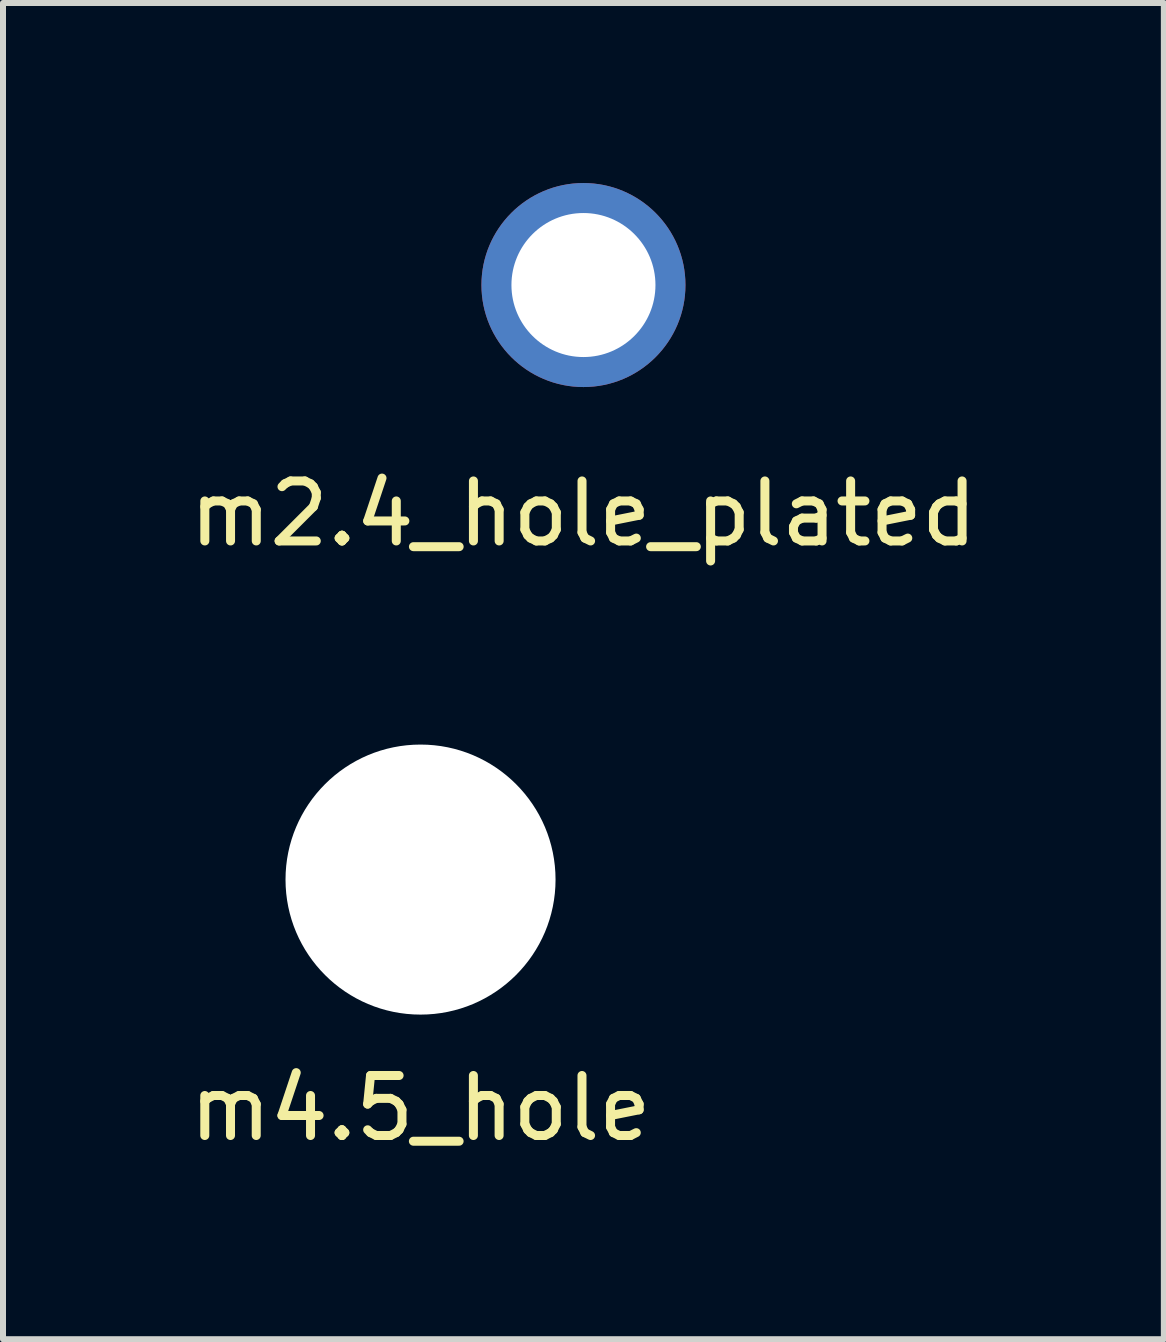
<source format=kicad_pcb>
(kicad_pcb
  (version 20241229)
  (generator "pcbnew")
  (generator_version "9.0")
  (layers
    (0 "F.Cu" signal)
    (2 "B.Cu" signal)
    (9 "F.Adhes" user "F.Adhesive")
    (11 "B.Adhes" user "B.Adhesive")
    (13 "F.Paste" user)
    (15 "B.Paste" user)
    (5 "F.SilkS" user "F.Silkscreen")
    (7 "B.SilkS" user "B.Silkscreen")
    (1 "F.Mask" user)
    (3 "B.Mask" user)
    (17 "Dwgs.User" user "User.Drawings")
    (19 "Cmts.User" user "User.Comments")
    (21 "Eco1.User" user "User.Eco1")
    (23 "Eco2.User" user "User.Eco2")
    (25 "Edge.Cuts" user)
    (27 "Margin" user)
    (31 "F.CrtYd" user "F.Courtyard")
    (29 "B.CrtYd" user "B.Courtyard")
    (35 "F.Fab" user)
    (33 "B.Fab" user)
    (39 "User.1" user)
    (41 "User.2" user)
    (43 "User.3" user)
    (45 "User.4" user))
  (footprint "m2.4_hole_plated"
    (layer "F.Cu")
    (at 6.673 1.7)
    (property "Reference" "m2.4_hole_plated" (at 0 3.81 180) (layer "F.SilkS") (effects (font (size 1 1) (thickness 0.15))))
    (attr through_hole)
    (pad "" np_thru_hole circle (at 0 0) (size 3.4 3.4) (drill 2.4) (layers "*.Cu" "*.Mask")))
  (footprint "m4.5_hole"
    (layer "F.Cu")
    (at 3.958 11.608)
    (property "Reference" "m4.5_hole" (at 0 3.81 180) (layer "F.SilkS") (effects (font (size 1 1) (thickness 0.15))))
    (attr through_hole)
    (pad "" np_thru_hole circle (at 0 0) (size 4.5 4.5) (drill 4.5) (layers "*.Cu" "*.Mask")))
  (gr_rect
    (start -3 -3)
    (end 16.345 19.267)
    (stroke (width 0.1) (type default))
    (fill no)
    (layer "Edge.Cuts")))
</source>
